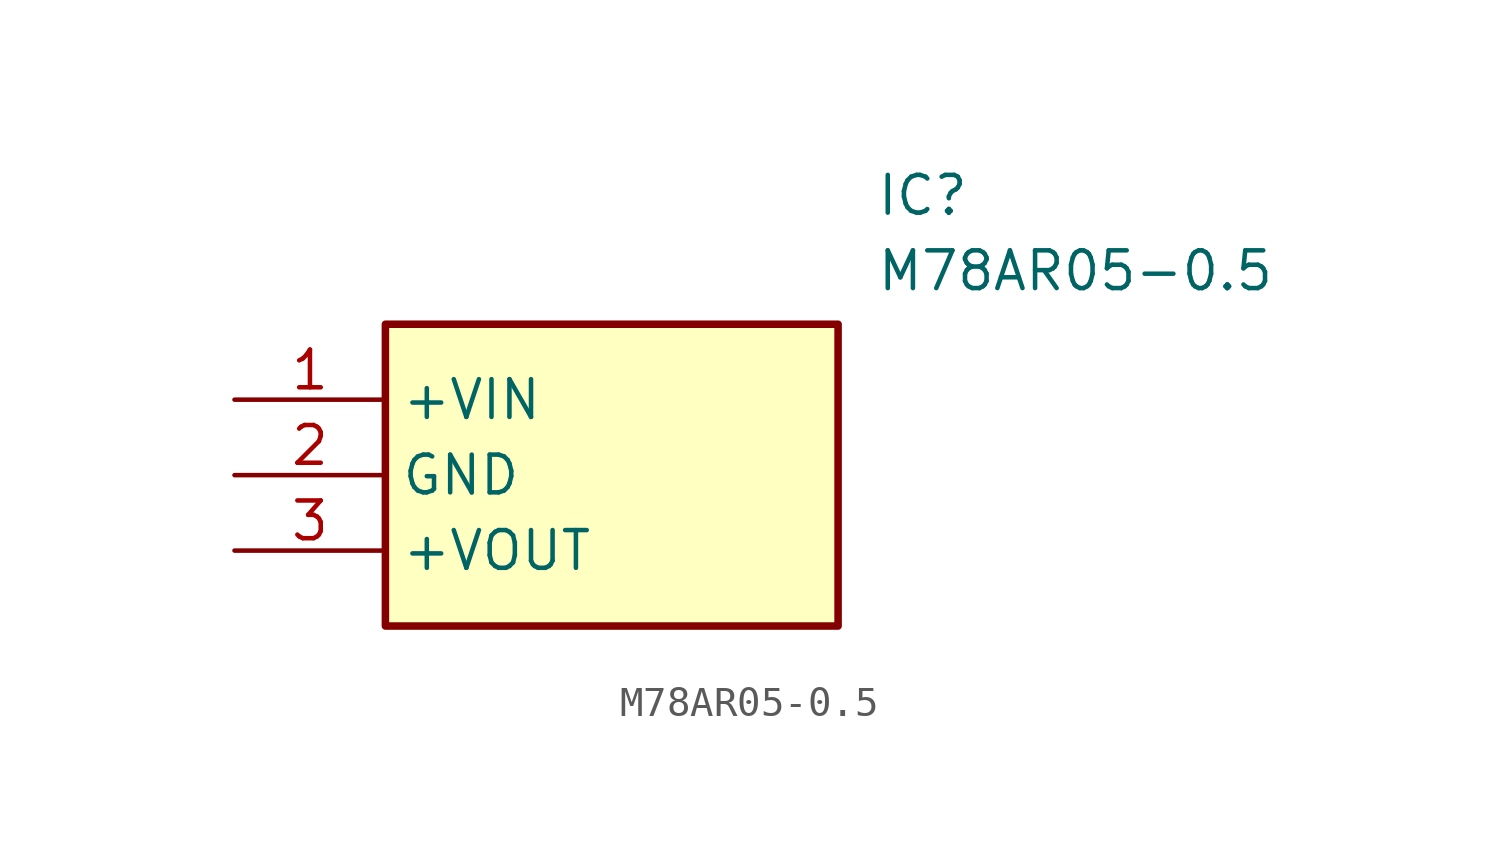
<source format=kicad_sym>
(kicad_symbol_lib
  (version 20211014)
  (generator SamacSys_ECAD_Model)
  (symbol "M78AR05-0.5"
    (property "Reference" "IC"
      (at 21.59 7.62 0)
      (effects (font (size 1.27 1.27)) (justify left top)))
    (property "Value" "M78AR05-0.5"
      (at 21.59 5.08 0)
      (effects (font (size 1.27 1.27)) (justify left top)))
    (rectangle
      (start 5.08 2.54)
      (end 20.32 -7.62)
      (stroke (width 0.254) (type default))
      (fill (type background)))
    (pin passive line
      (at 0 0 0)
      (length 5.08)
      (name "+VIN" (effects (font (size 1.27 1.27))))
      (number "1" (effects (font (size 1.27 1.27)))))
    (pin passive line
      (at 0 -2.54 0)
      (length 5.08)
      (name "GND" (effects (font (size 1.27 1.27))))
      (number "2" (effects (font (size 1.27 1.27)))))
    (pin passive line
      (at 0 -5.08 0)
      (length 5.08)
      (name "+VOUT" (effects (font (size 1.27 1.27))))
      (number "3" (effects (font (size 1.27 1.27)))))))
</source>
